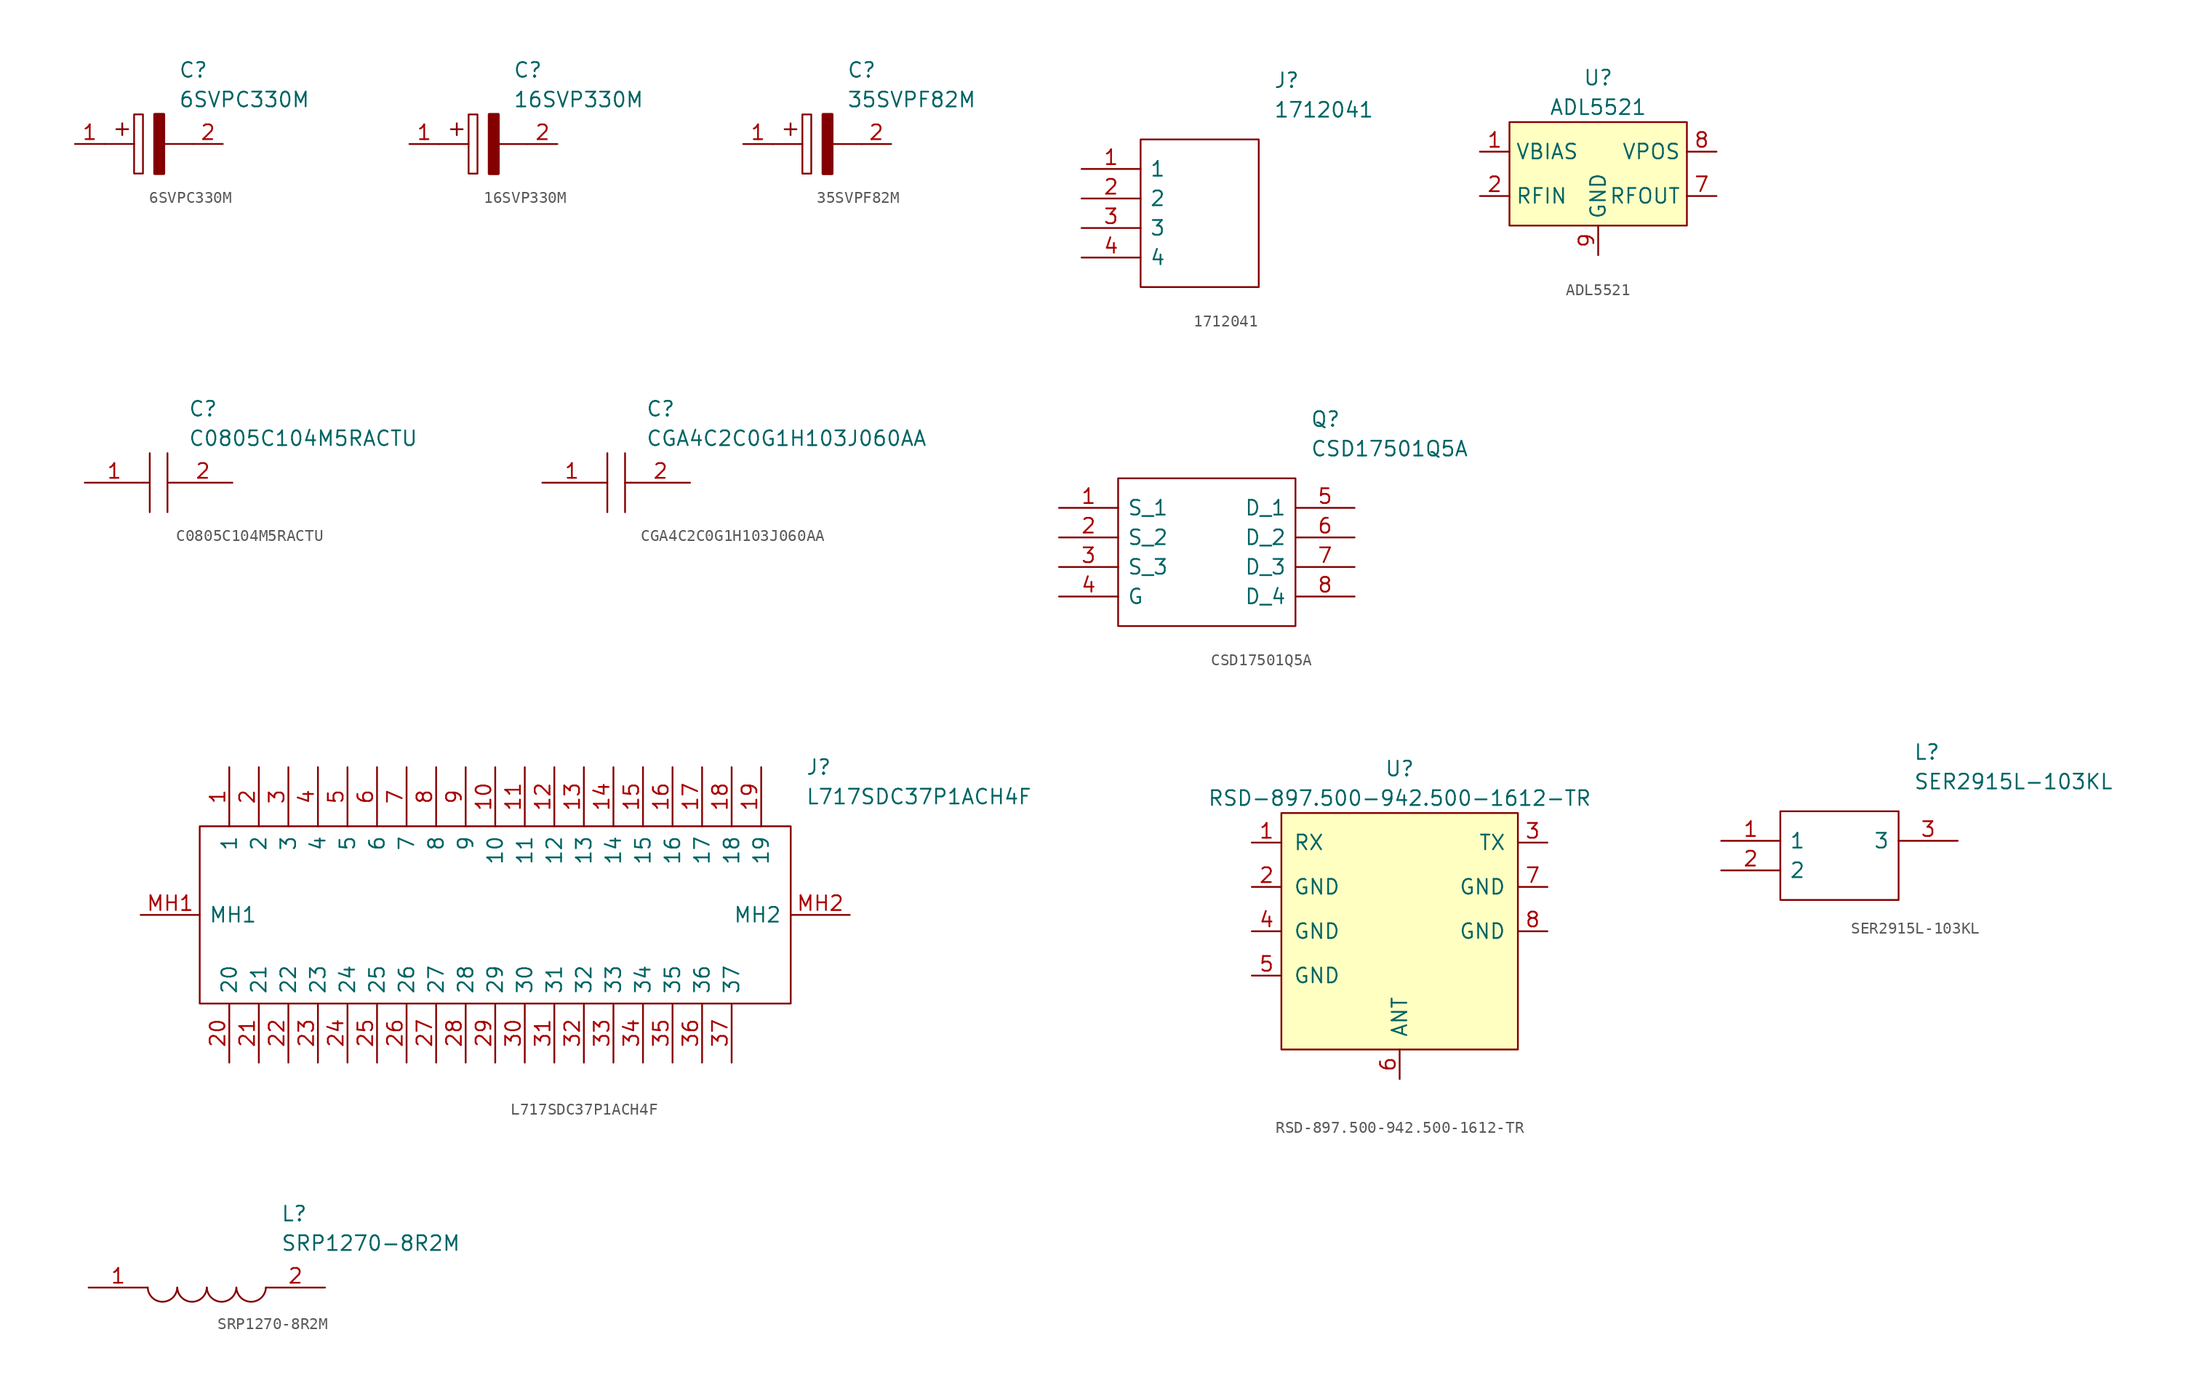
<source format=kicad_sym>
(kicad_symbol_lib
  (version 20211014)
  (generator kicad_symbol_editor)
  (symbol "6SVPC330M"
    (pin_names
      (offset 0.762))
    (property "Reference" "C"
      (at 8.89 6.35 0)
      (effects (font (size 1.27 1.27)) (justify left)))
    (property "Value" "6SVPC330M"
      (at 8.89 3.81 0)
      (effects (font (size 1.27 1.27)) (justify left)))
    (symbol "6SVPC330M_0_0"
      (pin passive line (at 0 0 0) (length 2.54) (name "~" (effects (font (size 1.27 1.27)))) (number "1" (effects (font (size 1.27 1.27)))))
      (pin passive line (at 12.7 0 180) (length 2.54) (name "~" (effects (font (size 1.27 1.27)))) (number "2" (effects (font (size 1.27 1.27))))))
    (symbol "6SVPC330M_0_1"
      (polyline (pts (xy 2.54 0) (xy 5.08 0)) (stroke (width 0.152) (type default) (color 0 0 0 0)) (fill (type none)))
      (polyline (pts (xy 4.064 1.778) (xy 4.064 0.762)) (stroke (width 0.152) (type default) (color 0 0 0 0)) (fill (type none)))
      (polyline (pts (xy 4.572 1.27) (xy 3.556 1.27)) (stroke (width 0.152) (type default) (color 0 0 0 0)) (fill (type none)))
      (polyline (pts (xy 7.62 0) (xy 10.16 0)) (stroke (width 0.152) (type default) (color 0 0 0 0)) (fill (type none)))
      (polyline (pts (xy 5.08 2.54) (xy 5.08 -2.54) (xy 5.842 -2.54) (xy 5.842 2.54) (xy 5.08 2.54)) (stroke (width 0.152) (type default) (color 0 0 0 0)) (fill (type none)))
      (polyline (pts (xy 7.62 2.54) (xy 7.62 -2.54) (xy 6.858 -2.54) (xy 6.858 2.54) (xy 7.62 2.54)) (stroke (width 0.254) (type default) (color 0 0 0 0)) (fill (type outline)))))
  (symbol "16SVP330M"
    (pin_names
      (offset 0.762))
    (property "Reference" "C"
      (at 8.89 6.35 0)
      (effects (font (size 1.27 1.27)) (justify left)))
    (property "Value" "16SVP330M"
      (at 8.89 3.81 0)
      (effects (font (size 1.27 1.27)) (justify left)))
    (symbol "16SVP330M_0_0"
      (pin passive line (at 0 0 0) (length 2.54) (name "~" (effects (font (size 1.27 1.27)))) (number "1" (effects (font (size 1.27 1.27)))))
      (pin passive line (at 12.7 0 180) (length 2.54) (name "~" (effects (font (size 1.27 1.27)))) (number "2" (effects (font (size 1.27 1.27))))))
    (symbol "16SVP330M_0_1"
      (polyline (pts (xy 2.54 0) (xy 5.08 0)) (stroke (width 0.152) (type default) (color 0 0 0 0)) (fill (type none)))
      (polyline (pts (xy 4.064 1.778) (xy 4.064 0.762)) (stroke (width 0.152) (type default) (color 0 0 0 0)) (fill (type none)))
      (polyline (pts (xy 4.572 1.27) (xy 3.556 1.27)) (stroke (width 0.152) (type default) (color 0 0 0 0)) (fill (type none)))
      (polyline (pts (xy 7.62 0) (xy 10.16 0)) (stroke (width 0.152) (type default) (color 0 0 0 0)) (fill (type none)))
      (polyline (pts (xy 5.08 2.54) (xy 5.08 -2.54) (xy 5.842 -2.54) (xy 5.842 2.54) (xy 5.08 2.54)) (stroke (width 0.152) (type default) (color 0 0 0 0)) (fill (type none)))
      (polyline (pts (xy 7.62 2.54) (xy 7.62 -2.54) (xy 6.858 -2.54) (xy 6.858 2.54) (xy 7.62 2.54)) (stroke (width 0.254) (type default) (color 0 0 0 0)) (fill (type outline)))))
  (symbol "35SVPF82M"
    (pin_names
      (offset 0.762))
    (property "Reference" "C"
      (at 8.89 6.35 0)
      (effects (font (size 1.27 1.27)) (justify left)))
    (property "Value" "35SVPF82M"
      (at 8.89 3.81 0)
      (effects (font (size 1.27 1.27)) (justify left)))
    (symbol "35SVPF82M_0_0"
      (pin passive line (at 0 0 0) (length 2.54) (name "~" (effects (font (size 1.27 1.27)))) (number "1" (effects (font (size 1.27 1.27)))))
      (pin passive line (at 12.7 0 180) (length 2.54) (name "~" (effects (font (size 1.27 1.27)))) (number "2" (effects (font (size 1.27 1.27))))))
    (symbol "35SVPF82M_0_1"
      (polyline (pts (xy 2.54 0) (xy 5.08 0)) (stroke (width 0.152) (type default) (color 0 0 0 0)) (fill (type none)))
      (polyline (pts (xy 4.064 1.778) (xy 4.064 0.762)) (stroke (width 0.152) (type default) (color 0 0 0 0)) (fill (type none)))
      (polyline (pts (xy 4.572 1.27) (xy 3.556 1.27)) (stroke (width 0.152) (type default) (color 0 0 0 0)) (fill (type none)))
      (polyline (pts (xy 7.62 0) (xy 10.16 0)) (stroke (width 0.152) (type default) (color 0 0 0 0)) (fill (type none)))
      (polyline (pts (xy 5.08 2.54) (xy 5.08 -2.54) (xy 5.842 -2.54) (xy 5.842 2.54) (xy 5.08 2.54)) (stroke (width 0.152) (type default) (color 0 0 0 0)) (fill (type none)))
      (polyline (pts (xy 7.62 2.54) (xy 7.62 -2.54) (xy 6.858 -2.54) (xy 6.858 2.54) (xy 7.62 2.54)) (stroke (width 0.254) (type default) (color 0 0 0 0)) (fill (type outline)))))
  (symbol "1712041"
    (pin_names
      (offset 0.762))
    (property "Reference" "J"
      (at 16.51 7.62 0)
      (effects (font (size 1.27 1.27)) (justify left)))
    (property "Value" "1712041"
      (at 16.51 5.08 0)
      (effects (font (size 1.27 1.27)) (justify left)))
    (symbol "1712041_0_0"
      (pin passive line (at 0 0 0) (length 5.08) (name "1" (effects (font (size 1.27 1.27)))) (number "1" (effects (font (size 1.27 1.27)))))
      (pin passive line (at 0 -2.54 0) (length 5.08) (name "2" (effects (font (size 1.27 1.27)))) (number "2" (effects (font (size 1.27 1.27)))))
      (pin passive line (at 0 -5.08 0) (length 5.08) (name "3" (effects (font (size 1.27 1.27)))) (number "3" (effects (font (size 1.27 1.27)))))
      (pin passive line (at 0 -7.62 0) (length 5.08) (name "4" (effects (font (size 1.27 1.27)))) (number "4" (effects (font (size 1.27 1.27))))))
    (symbol "1712041_0_1"
      (polyline (pts (xy 5.08 2.54) (xy 15.24 2.54) (xy 15.24 -10.16) (xy 5.08 -10.16) (xy 5.08 2.54)) (stroke (width 0.152) (type default) (color 0 0 0 0)) (fill (type none)))))
  (symbol "ADL5521"
    (property "Reference" "U"
      (at 7.62 3.81 0)
      (effects (font (size 1.27 1.27))))
    (property "Value" "ADL5521"
      (at 7.62 1.27 0)
      (effects (font (size 1.27 1.27))))
    (symbol "ADL5521_0_1"
      (rectangle (start 0 0) (end 15.24 -8.89) (stroke (width 0) (type default) (color 0 0 0 0)) (fill (type background))))
    (symbol "ADL5521_1_1"
      (pin input line (at -2.54 -2.54 0) (length 2.54) (name "VBIAS" (effects (font (size 1.27 1.27)))) (number "1" (effects (font (size 1.27 1.27)))))
      (pin input line (at -2.54 -6.35 0) (length 2.54) (name "RFIN" (effects (font (size 1.27 1.27)))) (number "2" (effects (font (size 1.27 1.27)))))
      (pin output line (at 17.78 -6.35 180) (length 2.54) (name "RFOUT" (effects (font (size 1.27 1.27)))) (number "7" (effects (font (size 1.27 1.27)))))
      (pin input line (at 17.78 -2.54 180) (length 2.54) (name "VPOS" (effects (font (size 1.27 1.27)))) (number "8" (effects (font (size 1.27 1.27)))))
      (pin input line (at 7.62 -11.43 90) (length 2.54) (name "GND" (effects (font (size 1.27 1.27)))) (number "9" (effects (font (size 1.27 1.27)))))))
  (symbol "C0805C104M5RACTU"
    (pin_names
      (offset 0.762))
    (property "Reference" "C"
      (at 8.89 6.35 0)
      (effects (font (size 1.27 1.27)) (justify left)))
    (property "Value" "C0805C104M5RACTU"
      (at 8.89 3.81 0)
      (effects (font (size 1.27 1.27)) (justify left)))
    (symbol "C0805C104M5RACTU_0_0"
      (pin passive line (at 0 0 0) (length 5.08) (name "~" (effects (font (size 1.27 1.27)))) (number "1" (effects (font (size 1.27 1.27)))))
      (pin passive line (at 12.7 0 180) (length 5.08) (name "~" (effects (font (size 1.27 1.27)))) (number "2" (effects (font (size 1.27 1.27))))))
    (symbol "C0805C104M5RACTU_0_1"
      (polyline (pts (xy 5.08 0) (xy 5.588 0)) (stroke (width 0.152) (type default) (color 0 0 0 0)) (fill (type none)))
      (polyline (pts (xy 5.588 2.54) (xy 5.588 -2.54)) (stroke (width 0.152) (type default) (color 0 0 0 0)) (fill (type none)))
      (polyline (pts (xy 7.112 0) (xy 7.62 0)) (stroke (width 0.152) (type default) (color 0 0 0 0)) (fill (type none)))
      (polyline (pts (xy 7.112 2.54) (xy 7.112 -2.54)) (stroke (width 0.152) (type default) (color 0 0 0 0)) (fill (type none)))))
  (symbol "CGA4C2C0G1H103J060AA"
    (pin_names
      (offset 0.762))
    (property "Reference" "C"
      (at 8.89 6.35 0)
      (effects (font (size 1.27 1.27)) (justify left)))
    (property "Value" "CGA4C2C0G1H103J060AA"
      (at 8.89 3.81 0)
      (effects (font (size 1.27 1.27)) (justify left)))
    (symbol "CGA4C2C0G1H103J060AA_0_0"
      (pin passive line (at 0 0 0) (length 5.08) (name "~" (effects (font (size 1.27 1.27)))) (number "1" (effects (font (size 1.27 1.27)))))
      (pin passive line (at 12.7 0 180) (length 5.08) (name "~" (effects (font (size 1.27 1.27)))) (number "2" (effects (font (size 1.27 1.27))))))
    (symbol "CGA4C2C0G1H103J060AA_0_1"
      (polyline (pts (xy 5.08 0) (xy 5.588 0)) (stroke (width 0.152) (type default) (color 0 0 0 0)) (fill (type none)))
      (polyline (pts (xy 5.588 2.54) (xy 5.588 -2.54)) (stroke (width 0.152) (type default) (color 0 0 0 0)) (fill (type none)))
      (polyline (pts (xy 7.112 0) (xy 7.62 0)) (stroke (width 0.152) (type default) (color 0 0 0 0)) (fill (type none)))
      (polyline (pts (xy 7.112 2.54) (xy 7.112 -2.54)) (stroke (width 0.152) (type default) (color 0 0 0 0)) (fill (type none)))))
  (symbol "CSD17501Q5A"
    (pin_names
      (offset 0.762))
    (property "Reference" "Q"
      (at 21.59 7.62 0)
      (effects (font (size 1.27 1.27)) (justify left)))
    (property "Value" "CSD17501Q5A"
      (at 21.59 5.08 0)
      (effects (font (size 1.27 1.27)) (justify left)))
    (symbol "CSD17501Q5A_0_0"
      (pin passive line (at 0 0 0) (length 5.08) (name "S_1" (effects (font (size 1.27 1.27)))) (number "1" (effects (font (size 1.27 1.27)))))
      (pin passive line (at 0 -2.54 0) (length 5.08) (name "S_2" (effects (font (size 1.27 1.27)))) (number "2" (effects (font (size 1.27 1.27)))))
      (pin passive line (at 0 -5.08 0) (length 5.08) (name "S_3" (effects (font (size 1.27 1.27)))) (number "3" (effects (font (size 1.27 1.27)))))
      (pin passive line (at 0 -7.62 0) (length 5.08) (name "G" (effects (font (size 1.27 1.27)))) (number "4" (effects (font (size 1.27 1.27)))))
      (pin passive line (at 25.4 0 180) (length 5.08) (name "D_1" (effects (font (size 1.27 1.27)))) (number "5" (effects (font (size 1.27 1.27)))))
      (pin passive line (at 25.4 -2.54 180) (length 5.08) (name "D_2" (effects (font (size 1.27 1.27)))) (number "6" (effects (font (size 1.27 1.27)))))
      (pin passive line (at 25.4 -5.08 180) (length 5.08) (name "D_3" (effects (font (size 1.27 1.27)))) (number "7" (effects (font (size 1.27 1.27)))))
      (pin passive line (at 25.4 -7.62 180) (length 5.08) (name "D_4" (effects (font (size 1.27 1.27)))) (number "8" (effects (font (size 1.27 1.27))))))
    (symbol "CSD17501Q5A_0_1"
      (polyline (pts (xy 5.08 2.54) (xy 20.32 2.54) (xy 20.32 -10.16) (xy 5.08 -10.16) (xy 5.08 2.54)) (stroke (width 0.152) (type default) (color 0 0 0 0)) (fill (type none)))))
  (symbol "L717SDC37P1ACH4F"
    (pin_names
      (offset 0.762))
    (property "Reference" "J"
      (at 57.15 12.7 0)
      (effects (font (size 1.27 1.27)) (justify left)))
    (property "Value" "L717SDC37P1ACH4F"
      (at 57.15 10.16 0)
      (effects (font (size 1.27 1.27)) (justify left)))
    (symbol "L717SDC37P1ACH4F_0_0"
      (pin passive line (at 7.62 12.7 270) (length 5.08) (name "1" (effects (font (size 1.27 1.27)))) (number "1" (effects (font (size 1.27 1.27)))))
      (pin passive line (at 30.48 12.7 270) (length 5.08) (name "10" (effects (font (size 1.27 1.27)))) (number "10" (effects (font (size 1.27 1.27)))))
      (pin passive line (at 33.02 12.7 270) (length 5.08) (name "11" (effects (font (size 1.27 1.27)))) (number "11" (effects (font (size 1.27 1.27)))))
      (pin passive line (at 35.56 12.7 270) (length 5.08) (name "12" (effects (font (size 1.27 1.27)))) (number "12" (effects (font (size 1.27 1.27)))))
      (pin passive line (at 38.1 12.7 270) (length 5.08) (name "13" (effects (font (size 1.27 1.27)))) (number "13" (effects (font (size 1.27 1.27)))))
      (pin passive line (at 40.64 12.7 270) (length 5.08) (name "14" (effects (font (size 1.27 1.27)))) (number "14" (effects (font (size 1.27 1.27)))))
      (pin passive line (at 43.18 12.7 270) (length 5.08) (name "15" (effects (font (size 1.27 1.27)))) (number "15" (effects (font (size 1.27 1.27)))))
      (pin passive line (at 45.72 12.7 270) (length 5.08) (name "16" (effects (font (size 1.27 1.27)))) (number "16" (effects (font (size 1.27 1.27)))))
      (pin passive line (at 48.26 12.7 270) (length 5.08) (name "17" (effects (font (size 1.27 1.27)))) (number "17" (effects (font (size 1.27 1.27)))))
      (pin passive line (at 50.8 12.7 270) (length 5.08) (name "18" (effects (font (size 1.27 1.27)))) (number "18" (effects (font (size 1.27 1.27)))))
      (pin passive line (at 53.34 12.7 270) (length 5.08) (name "19" (effects (font (size 1.27 1.27)))) (number "19" (effects (font (size 1.27 1.27)))))
      (pin passive line (at 10.16 12.7 270) (length 5.08) (name "2" (effects (font (size 1.27 1.27)))) (number "2" (effects (font (size 1.27 1.27)))))
      (pin passive line (at 7.62 -12.7 90) (length 5.08) (name "20" (effects (font (size 1.27 1.27)))) (number "20" (effects (font (size 1.27 1.27)))))
      (pin passive line (at 10.16 -12.7 90) (length 5.08) (name "21" (effects (font (size 1.27 1.27)))) (number "21" (effects (font (size 1.27 1.27)))))
      (pin passive line (at 12.7 -12.7 90) (length 5.08) (name "22" (effects (font (size 1.27 1.27)))) (number "22" (effects (font (size 1.27 1.27)))))
      (pin passive line (at 15.24 -12.7 90) (length 5.08) (name "23" (effects (font (size 1.27 1.27)))) (number "23" (effects (font (size 1.27 1.27)))))
      (pin passive line (at 17.78 -12.7 90) (length 5.08) (name "24" (effects (font (size 1.27 1.27)))) (number "24" (effects (font (size 1.27 1.27)))))
      (pin passive line (at 20.32 -12.7 90) (length 5.08) (name "25" (effects (font (size 1.27 1.27)))) (number "25" (effects (font (size 1.27 1.27)))))
      (pin passive line (at 22.86 -12.7 90) (length 5.08) (name "26" (effects (font (size 1.27 1.27)))) (number "26" (effects (font (size 1.27 1.27)))))
      (pin passive line (at 25.4 -12.7 90) (length 5.08) (name "27" (effects (font (size 1.27 1.27)))) (number "27" (effects (font (size 1.27 1.27)))))
      (pin passive line (at 27.94 -12.7 90) (length 5.08) (name "28" (effects (font (size 1.27 1.27)))) (number "28" (effects (font (size 1.27 1.27)))))
      (pin passive line (at 30.48 -12.7 90) (length 5.08) (name "29" (effects (font (size 1.27 1.27)))) (number "29" (effects (font (size 1.27 1.27)))))
      (pin passive line (at 12.7 12.7 270) (length 5.08) (name "3" (effects (font (size 1.27 1.27)))) (number "3" (effects (font (size 1.27 1.27)))))
      (pin passive line (at 33.02 -12.7 90) (length 5.08) (name "30" (effects (font (size 1.27 1.27)))) (number "30" (effects (font (size 1.27 1.27)))))
      (pin passive line (at 35.56 -12.7 90) (length 5.08) (name "31" (effects (font (size 1.27 1.27)))) (number "31" (effects (font (size 1.27 1.27)))))
      (pin passive line (at 38.1 -12.7 90) (length 5.08) (name "32" (effects (font (size 1.27 1.27)))) (number "32" (effects (font (size 1.27 1.27)))))
      (pin passive line (at 40.64 -12.7 90) (length 5.08) (name "33" (effects (font (size 1.27 1.27)))) (number "33" (effects (font (size 1.27 1.27)))))
      (pin passive line (at 43.18 -12.7 90) (length 5.08) (name "34" (effects (font (size 1.27 1.27)))) (number "34" (effects (font (size 1.27 1.27)))))
      (pin passive line (at 45.72 -12.7 90) (length 5.08) (name "35" (effects (font (size 1.27 1.27)))) (number "35" (effects (font (size 1.27 1.27)))))
      (pin passive line (at 48.26 -12.7 90) (length 5.08) (name "36" (effects (font (size 1.27 1.27)))) (number "36" (effects (font (size 1.27 1.27)))))
      (pin passive line (at 50.8 -12.7 90) (length 5.08) (name "37" (effects (font (size 1.27 1.27)))) (number "37" (effects (font (size 1.27 1.27)))))
      (pin passive line (at 15.24 12.7 270) (length 5.08) (name "4" (effects (font (size 1.27 1.27)))) (number "4" (effects (font (size 1.27 1.27)))))
      (pin passive line (at 17.78 12.7 270) (length 5.08) (name "5" (effects (font (size 1.27 1.27)))) (number "5" (effects (font (size 1.27 1.27)))))
      (pin passive line (at 20.32 12.7 270) (length 5.08) (name "6" (effects (font (size 1.27 1.27)))) (number "6" (effects (font (size 1.27 1.27)))))
      (pin passive line (at 22.86 12.7 270) (length 5.08) (name "7" (effects (font (size 1.27 1.27)))) (number "7" (effects (font (size 1.27 1.27)))))
      (pin passive line (at 25.4 12.7 270) (length 5.08) (name "8" (effects (font (size 1.27 1.27)))) (number "8" (effects (font (size 1.27 1.27)))))
      (pin passive line (at 27.94 12.7 270) (length 5.08) (name "9" (effects (font (size 1.27 1.27)))) (number "9" (effects (font (size 1.27 1.27)))))
      (pin passive line (at 0 0 0) (length 5.08) (name "MH1" (effects (font (size 1.27 1.27)))) (number "MH1" (effects (font (size 1.27 1.27)))))
      (pin passive line (at 60.96 0 180) (length 5.08) (name "MH2" (effects (font (size 1.27 1.27)))) (number "MH2" (effects (font (size 1.27 1.27))))))
    (symbol "L717SDC37P1ACH4F_0_1"
      (polyline (pts (xy 5.08 7.62) (xy 55.88 7.62) (xy 55.88 -7.62) (xy 5.08 -7.62) (xy 5.08 7.62)) (stroke (width 0.152) (type default) (color 0 0 0 0)) (fill (type none)))))
  (symbol "RSD-897.500-942.500-1612-TR"
    (pin_names
      (offset 1.016))
    (property "Reference" "U"
      (at 0 3.81 0)
      (effects (font (size 1.27 1.27))))
    (property "Value" "RSD-897.500-942.500-1612-TR"
      (at 0 1.27 0)
      (effects (font (size 1.27 1.27))))
    (symbol "RSD-897.500-942.500-1612-TR_0_1"
      (rectangle (start -10.16 0) (end 10.16 -20.32) (stroke (width 0) (type default) (color 0 0 0 0)) (fill (type background))))
    (symbol "RSD-897.500-942.500-1612-TR_1_1"
      (pin output line (at -12.7 -2.54 0) (length 2.54) (name "RX" (effects (font (size 1.27 1.27)))) (number "1" (effects (font (size 1.27 1.27)))))
      (pin input line (at -12.7 -6.35 0) (length 2.54) (name "GND" (effects (font (size 1.27 1.27)))) (number "2" (effects (font (size 1.27 1.27)))))
      (pin input line (at 12.7 -2.54 180) (length 2.54) (name "TX" (effects (font (size 1.27 1.27)))) (number "3" (effects (font (size 1.27 1.27)))))
      (pin input line (at -12.7 -10.16 0) (length 2.54) (name "GND" (effects (font (size 1.27 1.27)))) (number "4" (effects (font (size 1.27 1.27)))))
      (pin input line (at -12.7 -13.97 0) (length 2.54) (name "GND" (effects (font (size 1.27 1.27)))) (number "5" (effects (font (size 1.27 1.27)))))
      (pin bidirectional line (at 0 -22.86 90) (length 2.54) (name "ANT" (effects (font (size 1.27 1.27)))) (number "6" (effects (font (size 1.27 1.27)))))
      (pin input line (at 12.7 -6.35 180) (length 2.54) (name "GND" (effects (font (size 1.27 1.27)))) (number "7" (effects (font (size 1.27 1.27)))))
      (pin input line (at 12.7 -10.16 180) (length 2.54) (name "GND" (effects (font (size 1.27 1.27)))) (number "8" (effects (font (size 1.27 1.27)))))))
  (symbol "SER2915L-103KL"
    (pin_names
      (offset 0.762))
    (property "Reference" "L"
      (at 16.51 7.62 0)
      (effects (font (size 1.27 1.27)) (justify left)))
    (property "Value" "SER2915L-103KL"
      (at 16.51 5.08 0)
      (effects (font (size 1.27 1.27)) (justify left)))
    (symbol "SER2915L-103KL_0_0"
      (pin passive line (at 0 0 0) (length 5.08) (name "1" (effects (font (size 1.27 1.27)))) (number "1" (effects (font (size 1.27 1.27)))))
      (pin passive line (at 0 -2.54 0) (length 5.08) (name "2" (effects (font (size 1.27 1.27)))) (number "2" (effects (font (size 1.27 1.27)))))
      (pin passive line (at 20.32 0 180) (length 5.08) (name "3" (effects (font (size 1.27 1.27)))) (number "3" (effects (font (size 1.27 1.27))))))
    (symbol "SER2915L-103KL_0_1"
      (polyline (pts (xy 5.08 2.54) (xy 15.24 2.54) (xy 15.24 -5.08) (xy 5.08 -5.08) (xy 5.08 2.54)) (stroke (width 0.152) (type default) (color 0 0 0 0)) (fill (type none)))))
  (symbol "SRP1270-8R2M"
    (pin_names
      (offset 0.762))
    (property "Reference" "L"
      (at 16.51 6.35 0)
      (effects (font (size 1.27 1.27)) (justify left)))
    (property "Value" "SRP1270-8R2M"
      (at 16.51 3.81 0)
      (effects (font (size 1.27 1.27)) (justify left)))
    (symbol "SRP1270-8R2M_0_0"
      (pin passive line (at 0 0 0) (length 5.08) (name "~" (effects (font (size 1.27 1.27)))) (number "1" (effects (font (size 1.27 1.27)))))
      (pin passive line (at 20.32 0 180) (length 5.08) (name "~" (effects (font (size 1.27 1.27)))) (number "2" (effects (font (size 1.27 1.27))))))
    (symbol "SRP1270-8R2M_0_1"
      (arc (start 5.08 0) (mid 6.35 -1.3218) (end 7.62 0) (stroke (width 0.1524) (type default) (color 0 0 0 0)) (fill (type none)))
      (arc (start 7.62 0) (mid 8.89 -1.3218) (end 10.16 0) (stroke (width 0.1524) (type default) (color 0 0 0 0)) (fill (type none)))
      (arc (start 10.16 0) (mid 11.43 -1.3218) (end 12.7 0) (stroke (width 0.1524) (type default) (color 0 0 0 0)) (fill (type none)))
      (arc (start 12.7 0) (mid 13.97 -1.3218) (end 15.24 0) (stroke (width 0.1524) (type default) (color 0 0 0 0)) (fill (type none))))))
</source>
